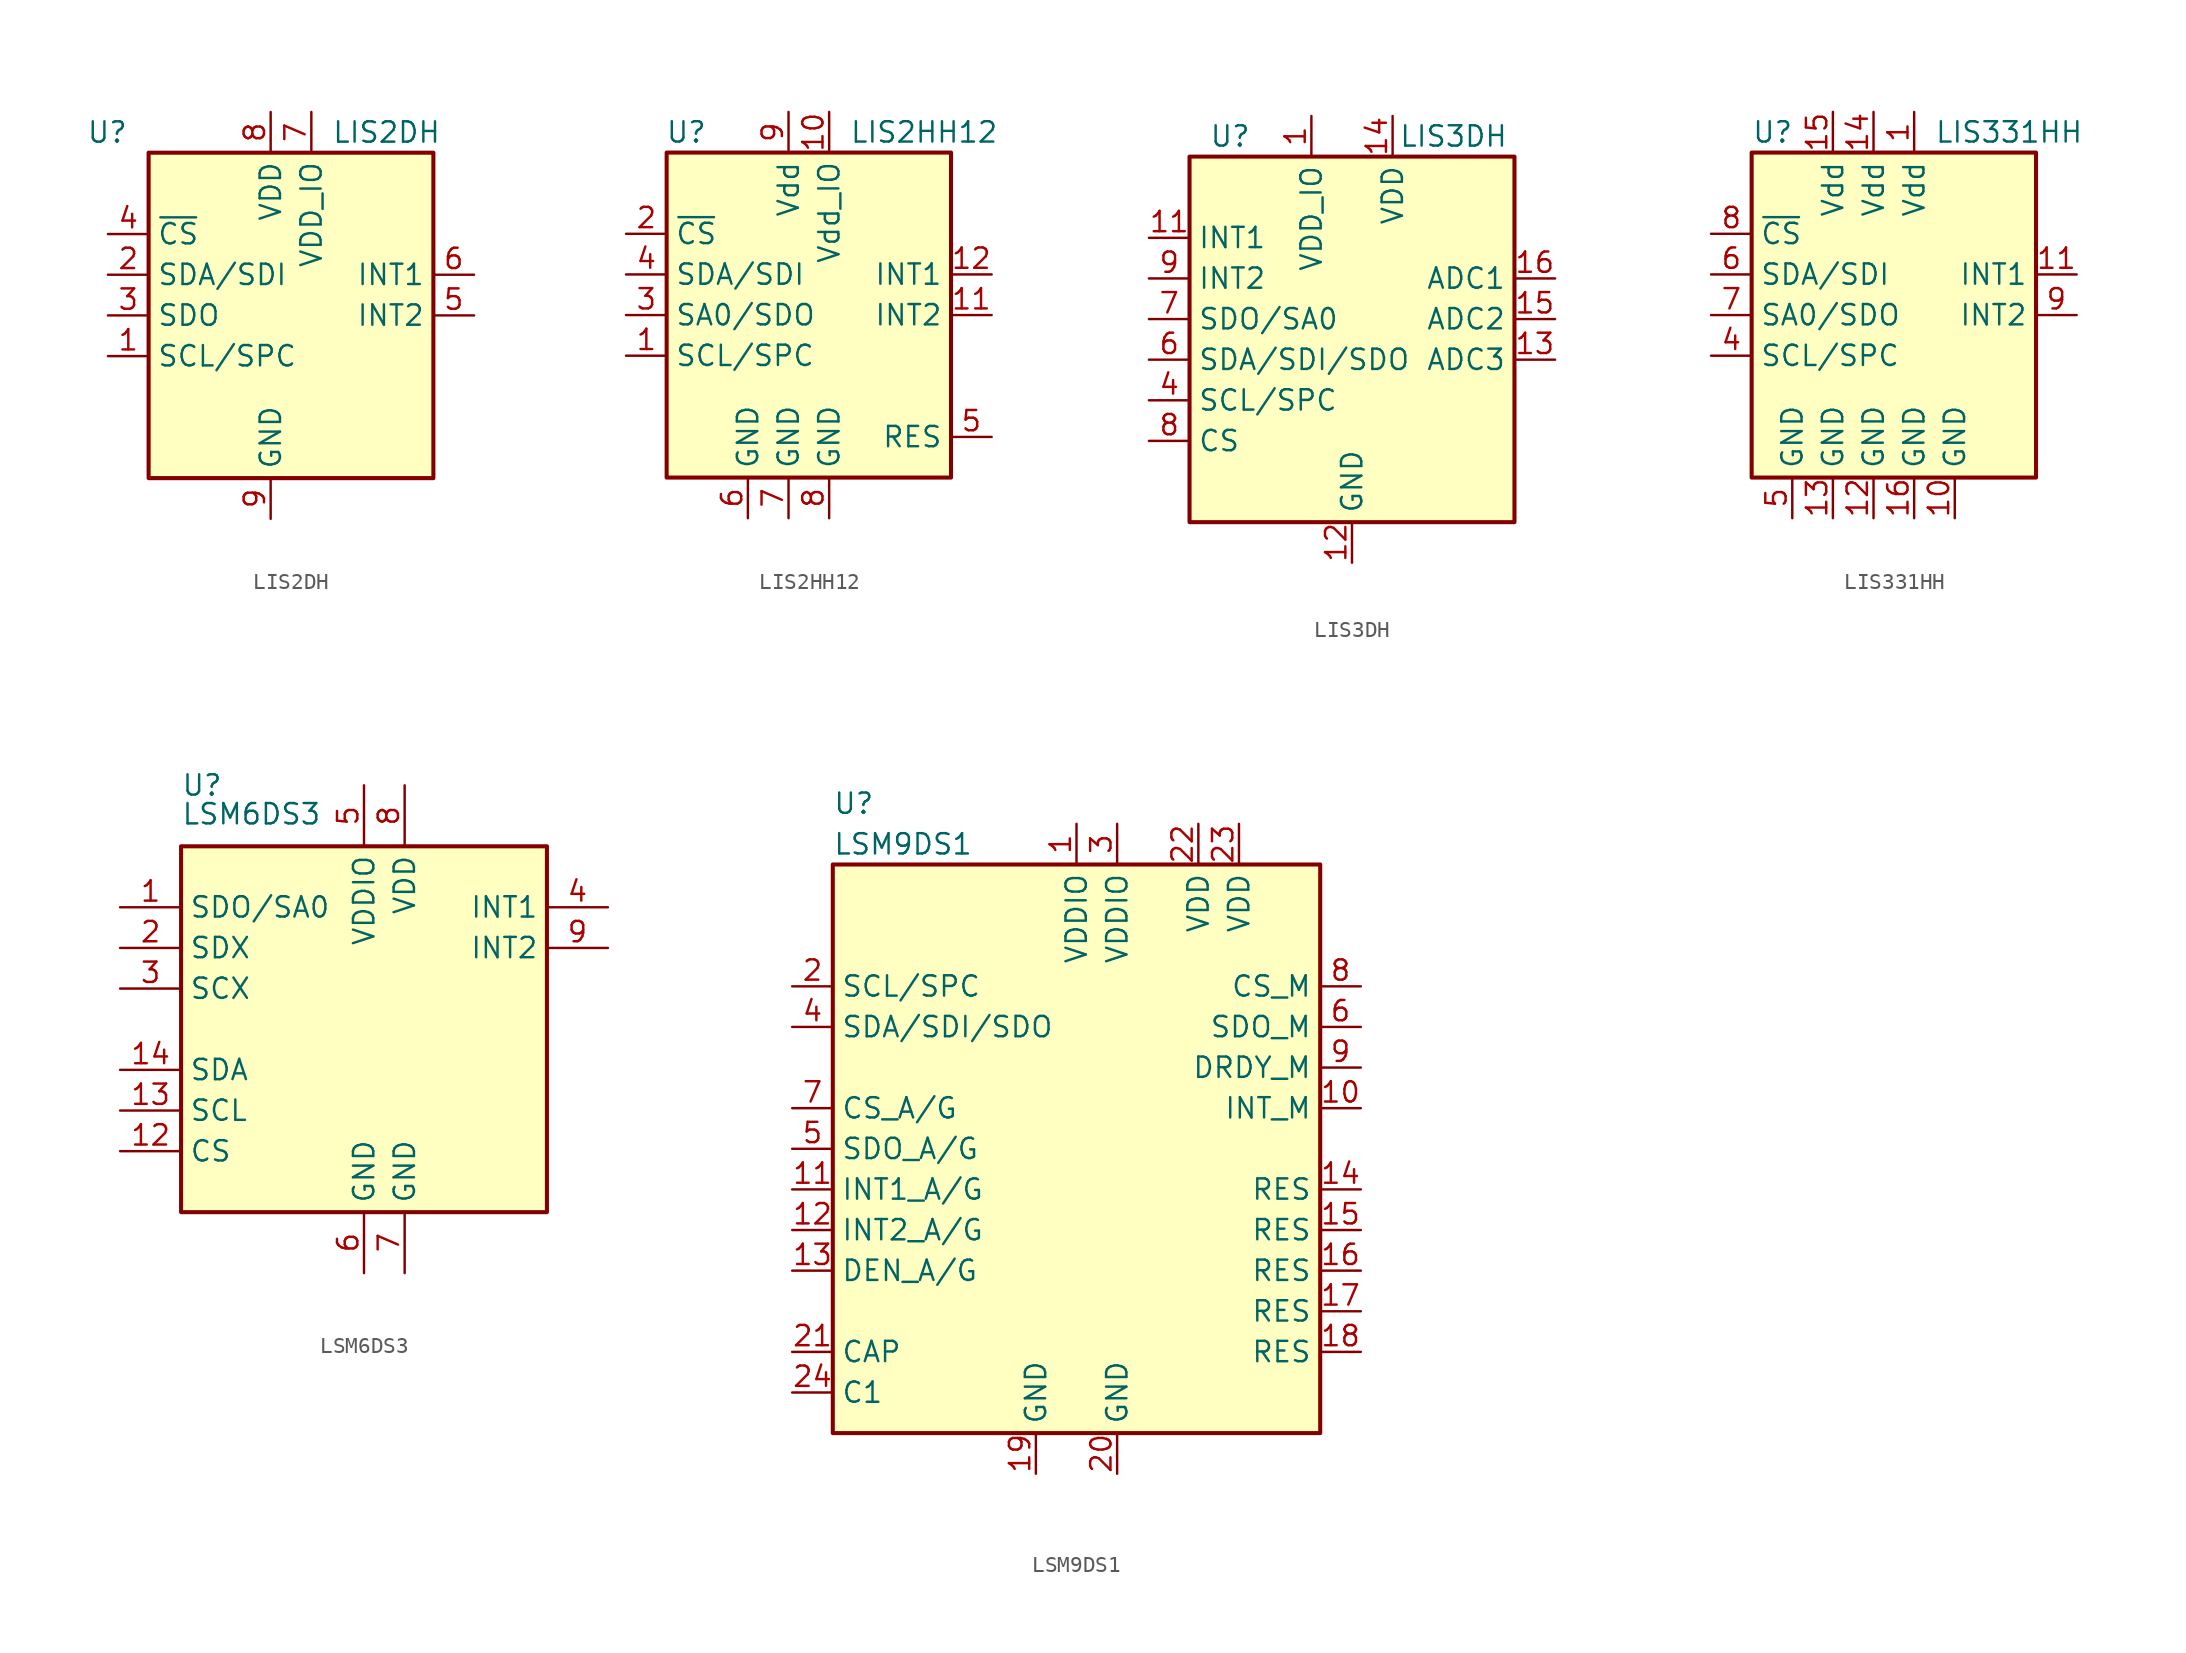
<source format=kicad_sym>
(kicad_symbol_lib
  (version 20211014)
  (generator kicad_symbol_editor)
  (symbol "LIS2DH"
    (property "Reference" "U"
      (at -8.89 11.43 0)
      (effects (font (size 1.27 1.27)) (justify right)))
    (property "Value" "LIS2DH"
      (at 3.81 11.43 0)
      (effects (font (size 1.27 1.27)) (justify left)))
    (symbol "LIS2DH_0_1"
      (rectangle (start -7.62 10.16) (end 10.16 -10.16) (stroke (width 0.254) (type default) (color 0 0 0 0)) (fill (type background))))
    (symbol "LIS2DH_1_1"
      (pin input line (at -10.16 -2.54 0) (length 2.54) (name "SCL/SPC" (effects (font (size 1.27 1.27)))) (number "1" (effects (font (size 1.27 1.27)))))
      (pin passive line (at 0 -12.7 90) (length 2.54) hide (name "GND" (effects (font (size 1.27 1.27)))) (number "10" (effects (font (size 1.27 1.27)))))
      (pin passive line (at 0 -12.7 90) (length 2.54) hide (name "GND" (effects (font (size 1.27 1.27)))) (number "11" (effects (font (size 1.27 1.27)))))
      (pin passive line (at 0 -12.7 90) (length 2.54) hide (name "GND" (effects (font (size 1.27 1.27)))) (number "12" (effects (font (size 1.27 1.27)))))
      (pin passive line (at 0 -12.7 90) (length 2.54) hide (name "GND" (effects (font (size 1.27 1.27)))) (number "13" (effects (font (size 1.27 1.27)))))
      (pin passive line (at 0 -12.7 90) (length 2.54) hide (name "GND" (effects (font (size 1.27 1.27)))) (number "14" (effects (font (size 1.27 1.27)))))
      (pin bidirectional line (at -10.16 2.54 0) (length 2.54) (name "SDA/SDI" (effects (font (size 1.27 1.27)))) (number "2" (effects (font (size 1.27 1.27)))))
      (pin bidirectional line (at -10.16 0 0) (length 2.54) (name "SDO" (effects (font (size 1.27 1.27)))) (number "3" (effects (font (size 1.27 1.27)))) (alternate "SA0" passive line))
      (pin input line (at -10.16 5.08 0) (length 2.54) (name "~{CS}" (effects (font (size 1.27 1.27)))) (number "4" (effects (font (size 1.27 1.27)))))
      (pin output line (at 12.7 0 180) (length 2.54) (name "INT2" (effects (font (size 1.27 1.27)))) (number "5" (effects (font (size 1.27 1.27)))))
      (pin output line (at 12.7 2.54 180) (length 2.54) (name "INT1" (effects (font (size 1.27 1.27)))) (number "6" (effects (font (size 1.27 1.27)))))
      (pin power_in line (at 2.54 12.7 270) (length 2.54) (name "VDD_IO" (effects (font (size 1.27 1.27)))) (number "7" (effects (font (size 1.27 1.27)))))
      (pin power_in line (at 0 12.7 270) (length 2.54) (name "VDD" (effects (font (size 1.27 1.27)))) (number "8" (effects (font (size 1.27 1.27)))))
      (pin power_in line (at 0 -12.7 90) (length 2.54) (name "GND" (effects (font (size 1.27 1.27)))) (number "9" (effects (font (size 1.27 1.27)))))))
  (symbol "LIS2HH12"
    (property "Reference" "U"
      (at -5.08 11.43 0)
      (effects (font (size 1.27 1.27)) (justify right)))
    (property "Value" "LIS2HH12"
      (at 3.81 11.43 0)
      (effects (font (size 1.27 1.27)) (justify left)))
    (symbol "LIS2HH12_0_1"
      (rectangle (start -7.62 10.16) (end 10.16 -10.16) (stroke (width 0.254) (type default) (color 0 0 0 0)) (fill (type background))))
    (symbol "LIS2HH12_1_1"
      (pin input line (at -10.16 -2.54 0) (length 2.54) (name "SCL/SPC" (effects (font (size 1.27 1.27)))) (number "1" (effects (font (size 1.27 1.27)))))
      (pin power_in line (at 2.54 12.7 270) (length 2.54) (name "Vdd_IO" (effects (font (size 1.27 1.27)))) (number "10" (effects (font (size 1.27 1.27)))))
      (pin output line (at 12.7 0 180) (length 2.54) (name "INT2" (effects (font (size 1.27 1.27)))) (number "11" (effects (font (size 1.27 1.27)))))
      (pin output line (at 12.7 2.54 180) (length 2.54) (name "INT1" (effects (font (size 1.27 1.27)))) (number "12" (effects (font (size 1.27 1.27)))))
      (pin input line (at -10.16 5.08 0) (length 2.54) (name "~{CS}" (effects (font (size 1.27 1.27)))) (number "2" (effects (font (size 1.27 1.27)))))
      (pin bidirectional line (at -10.16 0 0) (length 2.54) (name "SA0/SDO" (effects (font (size 1.27 1.27)))) (number "3" (effects (font (size 1.27 1.27)))))
      (pin bidirectional line (at -10.16 2.54 0) (length 2.54) (name "SDA/SDI" (effects (font (size 1.27 1.27)))) (number "4" (effects (font (size 1.27 1.27)))))
      (pin passive line (at 12.7 -7.62 180) (length 2.54) (name "RES" (effects (font (size 1.27 1.27)))) (number "5" (effects (font (size 1.27 1.27)))))
      (pin power_in line (at -2.54 -12.7 90) (length 2.54) (name "GND" (effects (font (size 1.27 1.27)))) (number "6" (effects (font (size 1.27 1.27)))))
      (pin power_in line (at 0 -12.7 90) (length 2.54) (name "GND" (effects (font (size 1.27 1.27)))) (number "7" (effects (font (size 1.27 1.27)))))
      (pin power_in line (at 2.54 -12.7 90) (length 2.54) (name "GND" (effects (font (size 1.27 1.27)))) (number "8" (effects (font (size 1.27 1.27)))))
      (pin power_in line (at 0 12.7 270) (length 2.54) (name "Vdd" (effects (font (size 1.27 1.27)))) (number "9" (effects (font (size 1.27 1.27)))))))
  (symbol "LIS3DH"
    (property "Reference" "U"
      (at -7.62 11.43 0)
      (effects (font (size 1.27 1.27))))
    (property "Value" "LIS3DH"
      (at 6.35 11.43 0)
      (effects (font (size 1.27 1.27))))
    (symbol "LIS3DH_0_1"
      (rectangle (start -10.16 10.16) (end 10.16 -12.7) (stroke (width 0.254) (type default) (color 0 0 0 0)) (fill (type background))))
    (symbol "LIS3DH_1_1"
      (pin power_in line (at -2.54 12.7 270) (length 2.54) (name "VDD_IO" (effects (font (size 1.27 1.27)))) (number "1" (effects (font (size 1.27 1.27)))))
      (pin passive line (at 0 -15.24 90) (length 2.54) hide (name "GND" (effects (font (size 1.27 1.27)))) (number "10" (effects (font (size 1.27 1.27)))))
      (pin output line (at -12.7 5.08 0) (length 2.54) (name "INT1" (effects (font (size 1.27 1.27)))) (number "11" (effects (font (size 1.27 1.27)))))
      (pin power_in line (at 0 -15.24 90) (length 2.54) (name "GND" (effects (font (size 1.27 1.27)))) (number "12" (effects (font (size 1.27 1.27)))))
      (pin input line (at 12.7 -2.54 180) (length 2.54) (name "ADC3" (effects (font (size 1.27 1.27)))) (number "13" (effects (font (size 1.27 1.27)))))
      (pin power_in line (at 2.54 12.7 270) (length 2.54) (name "VDD" (effects (font (size 1.27 1.27)))) (number "14" (effects (font (size 1.27 1.27)))))
      (pin input line (at 12.7 0 180) (length 2.54) (name "ADC2" (effects (font (size 1.27 1.27)))) (number "15" (effects (font (size 1.27 1.27)))))
      (pin input line (at 12.7 2.54 180) (length 2.54) (name "ADC1" (effects (font (size 1.27 1.27)))) (number "16" (effects (font (size 1.27 1.27)))))
      (pin no_connect line (at 10.16 5.08 180) (length 2.54) hide (name "NC" (effects (font (size 1.27 1.27)))) (number "2" (effects (font (size 1.27 1.27)))))
      (pin no_connect line (at 10.16 7.62 180) (length 2.54) hide (name "NC" (effects (font (size 1.27 1.27)))) (number "3" (effects (font (size 1.27 1.27)))))
      (pin input line (at -12.7 -5.08 0) (length 2.54) (name "SCL/SPC" (effects (font (size 1.27 1.27)))) (number "4" (effects (font (size 1.27 1.27)))))
      (pin passive line (at 0 -15.24 90) (length 2.54) hide (name "GND" (effects (font (size 1.27 1.27)))) (number "5" (effects (font (size 1.27 1.27)))))
      (pin bidirectional line (at -12.7 -2.54 0) (length 2.54) (name "SDA/SDI/SDO" (effects (font (size 1.27 1.27)))) (number "6" (effects (font (size 1.27 1.27)))))
      (pin bidirectional line (at -12.7 0 0) (length 2.54) (name "SDO/SA0" (effects (font (size 1.27 1.27)))) (number "7" (effects (font (size 1.27 1.27)))))
      (pin input line (at -12.7 -7.62 0) (length 2.54) (name "CS" (effects (font (size 1.27 1.27)))) (number "8" (effects (font (size 1.27 1.27)))))
      (pin output line (at -12.7 2.54 0) (length 2.54) (name "INT2" (effects (font (size 1.27 1.27)))) (number "9" (effects (font (size 1.27 1.27)))))))
  (symbol "LIS331HH"
    (property "Reference" "U"
      (at -7.62 11.43 0)
      (effects (font (size 1.27 1.27)) (justify left)))
    (property "Value" "LIS331HH"
      (at 3.81 11.43 0)
      (effects (font (size 1.27 1.27)) (justify left)))
    (symbol "LIS331HH_0_1"
      (rectangle (start -7.62 10.16) (end 10.16 -10.16) (stroke (width 0.254) (type default) (color 0 0 0 0)) (fill (type background))))
    (symbol "LIS331HH_1_1"
      (pin power_in line (at 2.54 12.7 270) (length 2.54) (name "Vdd" (effects (font (size 1.27 1.27)))) (number "1" (effects (font (size 1.27 1.27)))))
      (pin power_in line (at 5.08 -12.7 90) (length 2.54) (name "GND" (effects (font (size 1.27 1.27)))) (number "10" (effects (font (size 1.27 1.27)))))
      (pin output line (at 12.7 2.54 180) (length 2.54) (name "INT1" (effects (font (size 1.27 1.27)))) (number "11" (effects (font (size 1.27 1.27)))))
      (pin power_in line (at 0 -12.7 90) (length 2.54) (name "GND" (effects (font (size 1.27 1.27)))) (number "12" (effects (font (size 1.27 1.27)))))
      (pin power_in line (at -2.54 -12.7 90) (length 2.54) (name "GND" (effects (font (size 1.27 1.27)))) (number "13" (effects (font (size 1.27 1.27)))))
      (pin power_in line (at 0 12.7 270) (length 2.54) (name "Vdd" (effects (font (size 1.27 1.27)))) (number "14" (effects (font (size 1.27 1.27)))))
      (pin power_in line (at -2.54 12.7 270) (length 2.54) (name "Vdd" (effects (font (size 1.27 1.27)))) (number "15" (effects (font (size 1.27 1.27)))))
      (pin power_in line (at 2.54 -12.7 90) (length 2.54) (name "GND" (effects (font (size 1.27 1.27)))) (number "16" (effects (font (size 1.27 1.27)))))
      (pin no_connect line (at 10.16 -2.54 180) (length 2.54) hide (name "NC" (effects (font (size 1.27 1.27)))) (number "2" (effects (font (size 1.27 1.27)))))
      (pin no_connect line (at 10.16 -5.08 180) (length 2.54) hide (name "NC" (effects (font (size 1.27 1.27)))) (number "3" (effects (font (size 1.27 1.27)))))
      (pin input line (at -10.16 -2.54 0) (length 2.54) (name "SCL/SPC" (effects (font (size 1.27 1.27)))) (number "4" (effects (font (size 1.27 1.27)))))
      (pin power_in line (at -5.08 -12.7 90) (length 2.54) (name "GND" (effects (font (size 1.27 1.27)))) (number "5" (effects (font (size 1.27 1.27)))))
      (pin bidirectional line (at -10.16 2.54 0) (length 2.54) (name "SDA/SDI" (effects (font (size 1.27 1.27)))) (number "6" (effects (font (size 1.27 1.27)))))
      (pin output line (at -10.16 0 0) (length 2.54) (name "SA0/SDO" (effects (font (size 1.27 1.27)))) (number "7" (effects (font (size 1.27 1.27)))))
      (pin input line (at -10.16 5.08 0) (length 2.54) (name "~{CS}" (effects (font (size 1.27 1.27)))) (number "8" (effects (font (size 1.27 1.27)))))
      (pin output line (at 12.7 0 180) (length 2.54) (name "INT2" (effects (font (size 1.27 1.27)))) (number "9" (effects (font (size 1.27 1.27)))))))
  (symbol "LSM6DS3"
    (property "Reference" "U"
      (at -11.43 15.24 0)
      (effects (font (size 1.27 1.27)) (justify left)))
    (property "Value" "LSM6DS3"
      (at -11.43 12.7 0)
      (effects (font (size 1.27 1.27)) (justify left bottom)))
    (symbol "LSM6DS3_0_1"
      (rectangle (start 11.43 11.43) (end -11.43 -11.43) (stroke (width 0.254) (type default) (color 0 0 0 0)) (fill (type background))))
    (symbol "LSM6DS3_1_1"
      (pin bidirectional line (at -15.24 7.62 0) (length 3.81) (name "SDO/SA0" (effects (font (size 1.27 1.27)))) (number "1" (effects (font (size 1.27 1.27)))))
      (pin no_connect line (at 10.16 -5.08 180) (length 3.81) hide (name "NC" (effects (font (size 1.27 1.27)))) (number "10" (effects (font (size 1.27 1.27)))))
      (pin no_connect line (at 10.16 -2.54 180) (length 3.81) hide (name "NC" (effects (font (size 1.27 1.27)))) (number "11" (effects (font (size 1.27 1.27)))))
      (pin input line (at -15.24 -7.62 0) (length 3.81) (name "CS" (effects (font (size 1.27 1.27)))) (number "12" (effects (font (size 1.27 1.27)))))
      (pin input line (at -15.24 -5.08 0) (length 3.81) (name "SCL" (effects (font (size 1.27 1.27)))) (number "13" (effects (font (size 1.27 1.27)))))
      (pin bidirectional line (at -15.24 -2.54 0) (length 3.81) (name "SDA" (effects (font (size 1.27 1.27)))) (number "14" (effects (font (size 1.27 1.27)))))
      (pin bidirectional line (at -15.24 5.08 0) (length 3.81) (name "SDX" (effects (font (size 1.27 1.27)))) (number "2" (effects (font (size 1.27 1.27)))))
      (pin input line (at -15.24 2.54 0) (length 3.81) (name "SCX" (effects (font (size 1.27 1.27)))) (number "3" (effects (font (size 1.27 1.27)))))
      (pin output line (at 15.24 7.62 180) (length 3.81) (name "INT1" (effects (font (size 1.27 1.27)))) (number "4" (effects (font (size 1.27 1.27)))))
      (pin power_in line (at 0 15.24 270) (length 3.81) (name "VDDIO" (effects (font (size 1.27 1.27)))) (number "5" (effects (font (size 1.27 1.27)))))
      (pin power_in line (at 0 -15.24 90) (length 3.81) (name "GND" (effects (font (size 1.27 1.27)))) (number "6" (effects (font (size 1.27 1.27)))))
      (pin power_in line (at 2.54 -15.24 90) (length 3.81) (name "GND" (effects (font (size 1.27 1.27)))) (number "7" (effects (font (size 1.27 1.27)))))
      (pin power_in line (at 2.54 15.24 270) (length 3.81) (name "VDD" (effects (font (size 1.27 1.27)))) (number "8" (effects (font (size 1.27 1.27)))))
      (pin output line (at 15.24 5.08 180) (length 3.81) (name "INT2" (effects (font (size 1.27 1.27)))) (number "9" (effects (font (size 1.27 1.27)))))))
  (symbol "LSM9DS1"
    (property "Reference" "U"
      (at -15.24 21.59 0)
      (effects (font (size 1.27 1.27)) (justify left)))
    (property "Value" "LSM9DS1"
      (at -15.24 19.05 0)
      (effects (font (size 1.27 1.27)) (justify left)))
    (symbol "LSM9DS1_0_1"
      (rectangle (start -15.24 17.78) (end 15.24 -17.78) (stroke (width 0.254) (type default) (color 0 0 0 0)) (fill (type background))))
    (symbol "LSM9DS1_1_1"
      (pin power_in line (at 0 20.32 270) (length 2.54) (name "VDDIO" (effects (font (size 1.27 1.27)))) (number "1" (effects (font (size 1.27 1.27)))))
      (pin output line (at 17.78 2.54 180) (length 2.54) (name "INT_M" (effects (font (size 1.27 1.27)))) (number "10" (effects (font (size 1.27 1.27)))))
      (pin output line (at -17.78 -2.54 0) (length 2.54) (name "INT1_A/G" (effects (font (size 1.27 1.27)))) (number "11" (effects (font (size 1.27 1.27)))))
      (pin output line (at -17.78 -5.08 0) (length 2.54) (name "INT2_A/G" (effects (font (size 1.27 1.27)))) (number "12" (effects (font (size 1.27 1.27)))))
      (pin input line (at -17.78 -7.62 0) (length 2.54) (name "DEN_A/G" (effects (font (size 1.27 1.27)))) (number "13" (effects (font (size 1.27 1.27)))))
      (pin bidirectional line (at 17.78 -2.54 180) (length 2.54) (name "RES" (effects (font (size 1.27 1.27)))) (number "14" (effects (font (size 1.27 1.27)))))
      (pin bidirectional line (at 17.78 -5.08 180) (length 2.54) (name "RES" (effects (font (size 1.27 1.27)))) (number "15" (effects (font (size 1.27 1.27)))))
      (pin bidirectional line (at 17.78 -7.62 180) (length 2.54) (name "RES" (effects (font (size 1.27 1.27)))) (number "16" (effects (font (size 1.27 1.27)))))
      (pin bidirectional line (at 17.78 -10.16 180) (length 2.54) (name "RES" (effects (font (size 1.27 1.27)))) (number "17" (effects (font (size 1.27 1.27)))))
      (pin bidirectional line (at 17.78 -12.7 180) (length 2.54) (name "RES" (effects (font (size 1.27 1.27)))) (number "18" (effects (font (size 1.27 1.27)))))
      (pin power_in line (at -2.54 -20.32 90) (length 2.54) (name "GND" (effects (font (size 1.27 1.27)))) (number "19" (effects (font (size 1.27 1.27)))))
      (pin input line (at -17.78 10.16 0) (length 2.54) (name "SCL/SPC" (effects (font (size 1.27 1.27)))) (number "2" (effects (font (size 1.27 1.27)))))
      (pin power_in line (at 2.54 -20.32 90) (length 2.54) (name "GND" (effects (font (size 1.27 1.27)))) (number "20" (effects (font (size 1.27 1.27)))))
      (pin passive line (at -17.78 -12.7 0) (length 2.54) (name "CAP" (effects (font (size 1.27 1.27)))) (number "21" (effects (font (size 1.27 1.27)))))
      (pin power_in line (at 7.62 20.32 270) (length 2.54) (name "VDD" (effects (font (size 1.27 1.27)))) (number "22" (effects (font (size 1.27 1.27)))))
      (pin power_in line (at 10.16 20.32 270) (length 2.54) (name "VDD" (effects (font (size 1.27 1.27)))) (number "23" (effects (font (size 1.27 1.27)))))
      (pin passive line (at -17.78 -15.24 0) (length 2.54) (name "C1" (effects (font (size 1.27 1.27)))) (number "24" (effects (font (size 1.27 1.27)))))
      (pin power_in line (at 2.54 20.32 270) (length 2.54) (name "VDDIO" (effects (font (size 1.27 1.27)))) (number "3" (effects (font (size 1.27 1.27)))))
      (pin bidirectional line (at -17.78 7.62 0) (length 2.54) (name "SDA/SDI/SDO" (effects (font (size 1.27 1.27)))) (number "4" (effects (font (size 1.27 1.27)))))
      (pin output line (at -17.78 0 0) (length 2.54) (name "SDO_A/G" (effects (font (size 1.27 1.27)))) (number "5" (effects (font (size 1.27 1.27)))))
      (pin output line (at 17.78 7.62 180) (length 2.54) (name "SDO_M" (effects (font (size 1.27 1.27)))) (number "6" (effects (font (size 1.27 1.27)))))
      (pin input line (at -17.78 2.54 0) (length 2.54) (name "CS_A/G" (effects (font (size 1.27 1.27)))) (number "7" (effects (font (size 1.27 1.27)))))
      (pin input line (at 17.78 10.16 180) (length 2.54) (name "CS_M" (effects (font (size 1.27 1.27)))) (number "8" (effects (font (size 1.27 1.27)))))
      (pin output line (at 17.78 5.08 180) (length 2.54) (name "DRDY_M" (effects (font (size 1.27 1.27)))) (number "9" (effects (font (size 1.27 1.27))))))))
</source>
